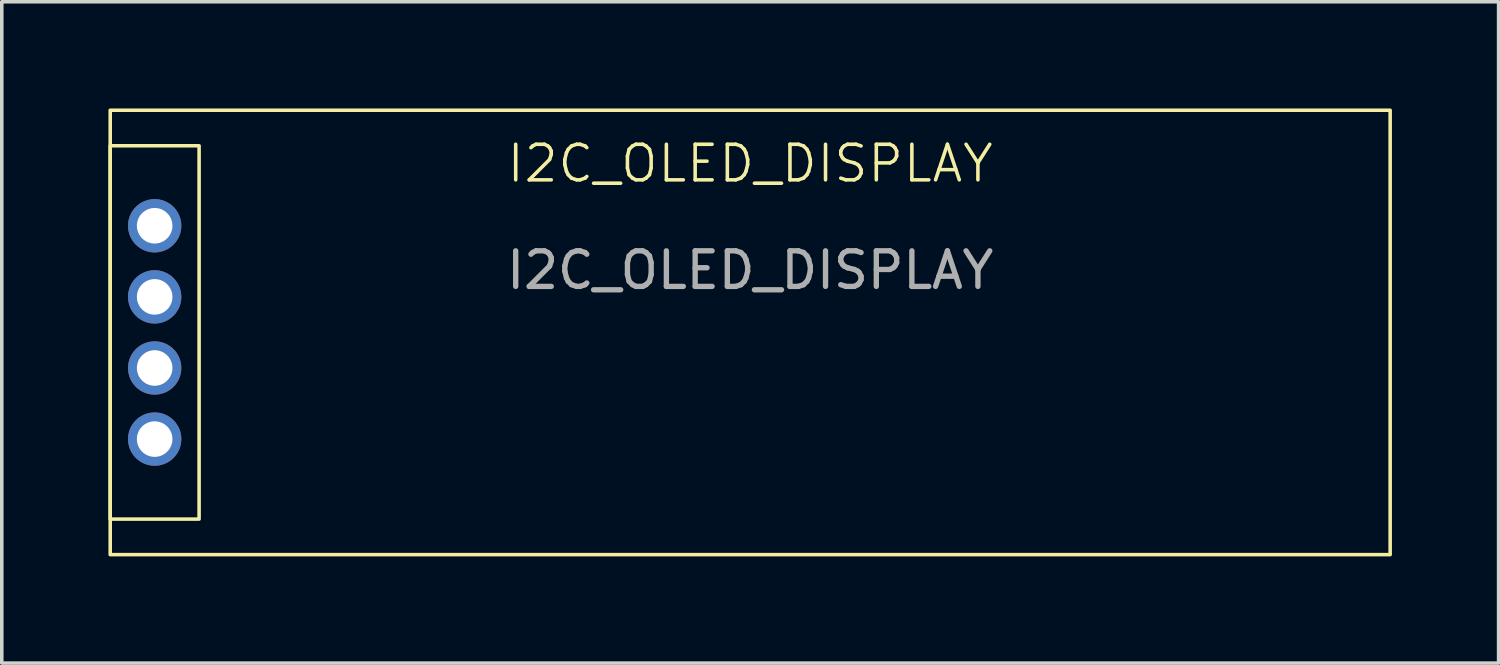
<source format=kicad_pcb>
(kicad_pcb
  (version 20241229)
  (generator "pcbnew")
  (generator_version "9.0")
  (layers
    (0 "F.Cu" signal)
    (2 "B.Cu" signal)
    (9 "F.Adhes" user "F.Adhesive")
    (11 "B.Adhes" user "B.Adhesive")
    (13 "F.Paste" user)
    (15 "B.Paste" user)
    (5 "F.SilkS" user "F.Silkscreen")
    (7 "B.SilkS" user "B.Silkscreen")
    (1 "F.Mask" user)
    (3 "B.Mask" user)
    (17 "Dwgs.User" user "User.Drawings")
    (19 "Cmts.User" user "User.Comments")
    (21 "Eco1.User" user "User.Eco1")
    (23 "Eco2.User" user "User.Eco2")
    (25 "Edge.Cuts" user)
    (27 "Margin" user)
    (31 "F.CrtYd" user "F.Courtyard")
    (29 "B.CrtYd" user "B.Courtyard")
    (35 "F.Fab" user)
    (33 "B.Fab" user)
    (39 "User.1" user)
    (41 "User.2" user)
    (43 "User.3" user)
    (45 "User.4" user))
  (footprint "I2C_OLED_DISPLAY"
    (layer "F.Cu")
    (at 18.05 2.05)
    (property "Reference" "I2C_OLED_DISPLAY" (at 0 -0.5 0) (unlocked yes) (layer "F.SilkS") (effects (font (size 1 1) (thickness 0.1))))
    (attr smd)
    (fp_rect (start -18 -2) (end 18 10.5) (stroke (width 0.1) (type default)) (fill no) (layer "F.SilkS"))
    (fp_rect (start -18 -1) (end -15.5 9.5) (stroke (width 0.1) (type default)) (fill no) (layer "F.SilkS"))
    (fp_text user "${REFERENCE}" (at 0 2.5 0) (unlocked yes) (layer "F.Fab") (effects (font (size 1 1) (thickness 0.15))))
    (pad "1" thru_hole circle (at -16.75 1.25 90) (size 1.5 1.5) (drill 1) (layers "*.Cu" "*.Mask"))
    (pad "2" thru_hole circle (at -16.75 3.25 90) (size 1.5 1.5) (drill 1) (layers "*.Cu" "*.Mask"))
    (pad "3" thru_hole circle (at -16.75 5.25 90) (size 1.5 1.5) (drill 1) (layers "*.Cu" "*.Mask"))
    (pad "4" thru_hole circle (at -16.75 7.25 90) (size 1.5 1.5) (drill 1) (layers "*.Cu" "*.Mask")))
  (gr_rect
    (start -3 -3)
    (end 39.1 15.6)
    (stroke (width 0.1) (type default))
    (fill no)
    (layer "Edge.Cuts")))
</source>
